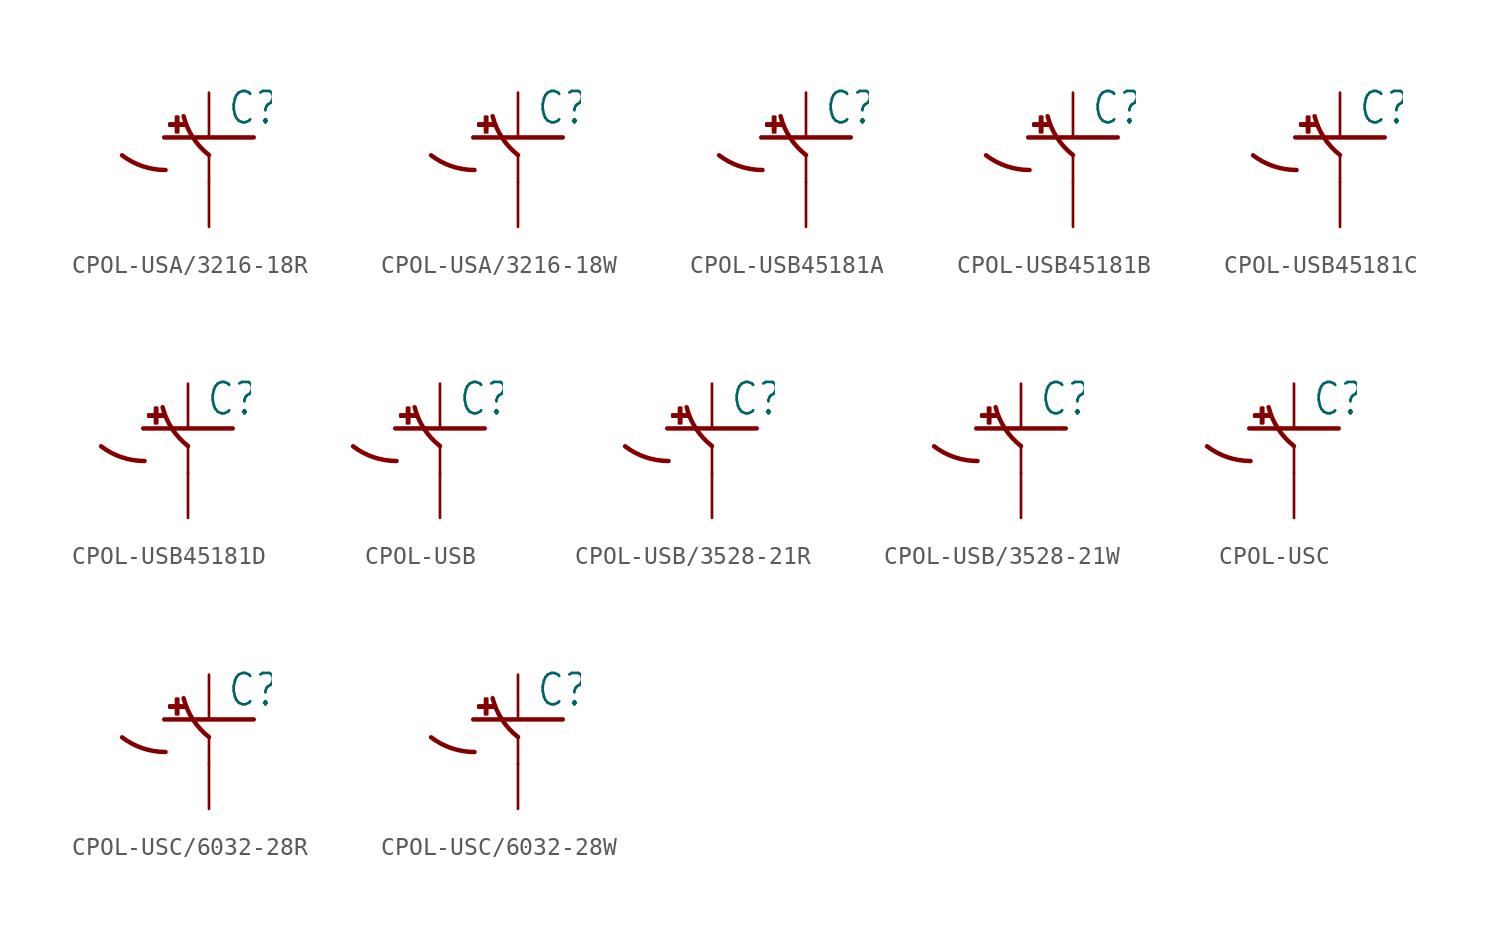
<source format=kicad_sym>
(kicad_symbol_lib
  (version 20241209)
  (generator "kicad_symbol_editor")
  (generator_version "9.0")
  (symbol "CPOL-USA/3216-18R"
    (property "Reference" "C"
      (at 1.016 0.635 0)
      (effects (font (size 1.778 1.511)) (justify left bottom)))
    (property "Value" ""
      (at 1.016 -4.191 0)
      (effects (font (size 1.778 1.511)) (justify left bottom)))
    (property "ki_locked" ""
      (at 0 0 0)
      (effects (font (size 1.27 1.27))))
    (symbol "CPOL-USA/3216-18R_1_0"
      (polyline (pts (xy -2.54 0) (xy 2.54 0)) (stroke (width 0.254) (type solid)) (fill (type none)))
      (arc (start -2.4669 -1.8504) (mid -3.7689 -1.6361) (end -4.9337 -1.0159) (stroke (width 0.254) (type solid)) (fill (type none)))
      (rectangle (start -2.253 0.668) (end -1.364 0.795) (stroke (width 0) (type default)) (fill (type outline)))
      (rectangle (start -1.872 0.287) (end -1.745 1.176) (stroke (width 0) (type default)) (fill (type outline)))
      (polyline (pts (xy 0 -1.016) (xy 0 -2.54)) (stroke (width 0.152) (type solid)) (fill (type none)))
      (arc (start 0 -1) (mid -0.9038 -0.0189) (end -1.4403 1.2025) (stroke (width 0.254) (type solid)) (fill (type none)))
      (pin passive line (at 0 2.54 270) (length 2.54) (name "+" (effects (font (size 0 0)))) (number "+" (effects (font (size 0 0)))))
      (pin passive line (at 0 -5.08 90) (length 2.54) (name "-" (effects (font (size 0 0)))) (number "-" (effects (font (size 0 0)))))))
  (symbol "CPOL-USA/3216-18W"
    (property "Reference" "C"
      (at 1.016 0.635 0)
      (effects (font (size 1.778 1.511)) (justify left bottom)))
    (property "Value" ""
      (at 1.016 -4.191 0)
      (effects (font (size 1.778 1.511)) (justify left bottom)))
    (property "ki_locked" ""
      (at 0 0 0)
      (effects (font (size 1.27 1.27))))
    (symbol "CPOL-USA/3216-18W_1_0"
      (polyline (pts (xy -2.54 0) (xy 2.54 0)) (stroke (width 0.254) (type solid)) (fill (type none)))
      (arc (start -2.4669 -1.8504) (mid -3.7689 -1.6361) (end -4.9337 -1.0159) (stroke (width 0.254) (type solid)) (fill (type none)))
      (rectangle (start -2.253 0.668) (end -1.364 0.795) (stroke (width 0) (type default)) (fill (type outline)))
      (rectangle (start -1.872 0.287) (end -1.745 1.176) (stroke (width 0) (type default)) (fill (type outline)))
      (polyline (pts (xy 0 -1.016) (xy 0 -2.54)) (stroke (width 0.152) (type solid)) (fill (type none)))
      (arc (start 0 -1) (mid -0.9038 -0.0189) (end -1.4403 1.2025) (stroke (width 0.254) (type solid)) (fill (type none)))
      (pin passive line (at 0 2.54 270) (length 2.54) (name "+" (effects (font (size 0 0)))) (number "+" (effects (font (size 0 0)))))
      (pin passive line (at 0 -5.08 90) (length 2.54) (name "-" (effects (font (size 0 0)))) (number "-" (effects (font (size 0 0)))))))
  (symbol "CPOL-USB45181A"
    (property "Reference" "C"
      (at 1.016 0.635 0)
      (effects (font (size 1.778 1.511)) (justify left bottom)))
    (property "Value" ""
      (at 1.016 -4.191 0)
      (effects (font (size 1.778 1.511)) (justify left bottom)))
    (property "ki_locked" ""
      (at 0 0 0)
      (effects (font (size 1.27 1.27))))
    (symbol "CPOL-USB45181A_1_0"
      (polyline (pts (xy -2.54 0) (xy 2.54 0)) (stroke (width 0.254) (type solid)) (fill (type none)))
      (arc (start -2.4669 -1.8504) (mid -3.7689 -1.6361) (end -4.9337 -1.0159) (stroke (width 0.254) (type solid)) (fill (type none)))
      (rectangle (start -2.253 0.668) (end -1.364 0.795) (stroke (width 0) (type default)) (fill (type outline)))
      (rectangle (start -1.872 0.287) (end -1.745 1.176) (stroke (width 0) (type default)) (fill (type outline)))
      (polyline (pts (xy 0 -1.016) (xy 0 -2.54)) (stroke (width 0.152) (type solid)) (fill (type none)))
      (arc (start 0 -1) (mid -0.9038 -0.0189) (end -1.4403 1.2025) (stroke (width 0.254) (type solid)) (fill (type none)))
      (pin passive line (at 0 2.54 270) (length 2.54) (name "+" (effects (font (size 0 0)))) (number "+" (effects (font (size 0 0)))))
      (pin passive line (at 0 -5.08 90) (length 2.54) (name "-" (effects (font (size 0 0)))) (number "-" (effects (font (size 0 0)))))))
  (symbol "CPOL-USB45181B"
    (property "Reference" "C"
      (at 1.016 0.635 0)
      (effects (font (size 1.778 1.511)) (justify left bottom)))
    (property "Value" ""
      (at 1.016 -4.191 0)
      (effects (font (size 1.778 1.511)) (justify left bottom)))
    (property "ki_locked" ""
      (at 0 0 0)
      (effects (font (size 1.27 1.27))))
    (symbol "CPOL-USB45181B_1_0"
      (polyline (pts (xy -2.54 0) (xy 2.54 0)) (stroke (width 0.254) (type solid)) (fill (type none)))
      (arc (start -2.4669 -1.8504) (mid -3.7689 -1.6361) (end -4.9337 -1.0159) (stroke (width 0.254) (type solid)) (fill (type none)))
      (rectangle (start -2.253 0.668) (end -1.364 0.795) (stroke (width 0) (type default)) (fill (type outline)))
      (rectangle (start -1.872 0.287) (end -1.745 1.176) (stroke (width 0) (type default)) (fill (type outline)))
      (polyline (pts (xy 0 -1.016) (xy 0 -2.54)) (stroke (width 0.152) (type solid)) (fill (type none)))
      (arc (start 0 -1) (mid -0.9038 -0.0189) (end -1.4403 1.2025) (stroke (width 0.254) (type solid)) (fill (type none)))
      (pin passive line (at 0 2.54 270) (length 2.54) (name "+" (effects (font (size 0 0)))) (number "+" (effects (font (size 0 0)))))
      (pin passive line (at 0 -5.08 90) (length 2.54) (name "-" (effects (font (size 0 0)))) (number "-" (effects (font (size 0 0)))))))
  (symbol "CPOL-USB45181C"
    (property "Reference" "C"
      (at 1.016 0.635 0)
      (effects (font (size 1.778 1.511)) (justify left bottom)))
    (property "Value" ""
      (at 1.016 -4.191 0)
      (effects (font (size 1.778 1.511)) (justify left bottom)))
    (property "ki_locked" ""
      (at 0 0 0)
      (effects (font (size 1.27 1.27))))
    (symbol "CPOL-USB45181C_1_0"
      (polyline (pts (xy -2.54 0) (xy 2.54 0)) (stroke (width 0.254) (type solid)) (fill (type none)))
      (arc (start -2.4669 -1.8504) (mid -3.7689 -1.6361) (end -4.9337 -1.0159) (stroke (width 0.254) (type solid)) (fill (type none)))
      (rectangle (start -2.253 0.668) (end -1.364 0.795) (stroke (width 0) (type default)) (fill (type outline)))
      (rectangle (start -1.872 0.287) (end -1.745 1.176) (stroke (width 0) (type default)) (fill (type outline)))
      (polyline (pts (xy 0 -1.016) (xy 0 -2.54)) (stroke (width 0.152) (type solid)) (fill (type none)))
      (arc (start 0 -1) (mid -0.9038 -0.0189) (end -1.4403 1.2025) (stroke (width 0.254) (type solid)) (fill (type none)))
      (pin passive line (at 0 2.54 270) (length 2.54) (name "+" (effects (font (size 0 0)))) (number "+" (effects (font (size 0 0)))))
      (pin passive line (at 0 -5.08 90) (length 2.54) (name "-" (effects (font (size 0 0)))) (number "-" (effects (font (size 0 0)))))))
  (symbol "CPOL-USB45181D"
    (property "Reference" "C"
      (at 1.016 0.635 0)
      (effects (font (size 1.778 1.511)) (justify left bottom)))
    (property "Value" ""
      (at 1.016 -4.191 0)
      (effects (font (size 1.778 1.511)) (justify left bottom)))
    (property "ki_locked" ""
      (at 0 0 0)
      (effects (font (size 1.27 1.27))))
    (symbol "CPOL-USB45181D_1_0"
      (polyline (pts (xy -2.54 0) (xy 2.54 0)) (stroke (width 0.254) (type solid)) (fill (type none)))
      (arc (start -2.4669 -1.8504) (mid -3.7689 -1.6361) (end -4.9337 -1.0159) (stroke (width 0.254) (type solid)) (fill (type none)))
      (rectangle (start -2.253 0.668) (end -1.364 0.795) (stroke (width 0) (type default)) (fill (type outline)))
      (rectangle (start -1.872 0.287) (end -1.745 1.176) (stroke (width 0) (type default)) (fill (type outline)))
      (polyline (pts (xy 0 -1.016) (xy 0 -2.54)) (stroke (width 0.152) (type solid)) (fill (type none)))
      (arc (start 0 -1) (mid -0.9038 -0.0189) (end -1.4403 1.2025) (stroke (width 0.254) (type solid)) (fill (type none)))
      (pin passive line (at 0 2.54 270) (length 2.54) (name "+" (effects (font (size 0 0)))) (number "+" (effects (font (size 0 0)))))
      (pin passive line (at 0 -5.08 90) (length 2.54) (name "-" (effects (font (size 0 0)))) (number "-" (effects (font (size 0 0)))))))
  (symbol "CPOL-USB"
    (property "Reference" "C"
      (at 1.016 0.635 0)
      (effects (font (size 1.778 1.511)) (justify left bottom)))
    (property "Value" ""
      (at 1.016 -4.191 0)
      (effects (font (size 1.778 1.511)) (justify left bottom)))
    (property "ki_locked" ""
      (at 0 0 0)
      (effects (font (size 1.27 1.27))))
    (symbol "CPOL-USB_1_0"
      (polyline (pts (xy -2.54 0) (xy 2.54 0)) (stroke (width 0.254) (type solid)) (fill (type none)))
      (arc (start -2.4669 -1.8504) (mid -3.7689 -1.6361) (end -4.9337 -1.0159) (stroke (width 0.254) (type solid)) (fill (type none)))
      (rectangle (start -2.253 0.668) (end -1.364 0.795) (stroke (width 0) (type default)) (fill (type outline)))
      (rectangle (start -1.872 0.287) (end -1.745 1.176) (stroke (width 0) (type default)) (fill (type outline)))
      (polyline (pts (xy 0 -1.016) (xy 0 -2.54)) (stroke (width 0.152) (type solid)) (fill (type none)))
      (arc (start 0 -1) (mid -0.9038 -0.0189) (end -1.4403 1.2025) (stroke (width 0.254) (type solid)) (fill (type none)))
      (pin passive line (at 0 2.54 270) (length 2.54) (name "+" (effects (font (size 0 0)))) (number "+" (effects (font (size 0 0)))))
      (pin passive line (at 0 -5.08 90) (length 2.54) (name "-" (effects (font (size 0 0)))) (number "-" (effects (font (size 0 0)))))))
  (symbol "CPOL-USB/3528-21R"
    (property "Reference" "C"
      (at 1.016 0.635 0)
      (effects (font (size 1.778 1.511)) (justify left bottom)))
    (property "Value" ""
      (at 1.016 -4.191 0)
      (effects (font (size 1.778 1.511)) (justify left bottom)))
    (property "ki_locked" ""
      (at 0 0 0)
      (effects (font (size 1.27 1.27))))
    (symbol "CPOL-USB/3528-21R_1_0"
      (polyline (pts (xy -2.54 0) (xy 2.54 0)) (stroke (width 0.254) (type solid)) (fill (type none)))
      (arc (start -2.4669 -1.8504) (mid -3.7689 -1.6361) (end -4.9337 -1.0159) (stroke (width 0.254) (type solid)) (fill (type none)))
      (rectangle (start -2.253 0.668) (end -1.364 0.795) (stroke (width 0) (type default)) (fill (type outline)))
      (rectangle (start -1.872 0.287) (end -1.745 1.176) (stroke (width 0) (type default)) (fill (type outline)))
      (polyline (pts (xy 0 -1.016) (xy 0 -2.54)) (stroke (width 0.152) (type solid)) (fill (type none)))
      (arc (start 0 -1) (mid -0.9038 -0.0189) (end -1.4403 1.2025) (stroke (width 0.254) (type solid)) (fill (type none)))
      (pin passive line (at 0 2.54 270) (length 2.54) (name "+" (effects (font (size 0 0)))) (number "+" (effects (font (size 0 0)))))
      (pin passive line (at 0 -5.08 90) (length 2.54) (name "-" (effects (font (size 0 0)))) (number "-" (effects (font (size 0 0)))))))
  (symbol "CPOL-USB/3528-21W"
    (property "Reference" "C"
      (at 1.016 0.635 0)
      (effects (font (size 1.778 1.511)) (justify left bottom)))
    (property "Value" ""
      (at 1.016 -4.191 0)
      (effects (font (size 1.778 1.511)) (justify left bottom)))
    (property "ki_locked" ""
      (at 0 0 0)
      (effects (font (size 1.27 1.27))))
    (symbol "CPOL-USB/3528-21W_1_0"
      (polyline (pts (xy -2.54 0) (xy 2.54 0)) (stroke (width 0.254) (type solid)) (fill (type none)))
      (arc (start -2.4669 -1.8504) (mid -3.7689 -1.6361) (end -4.9337 -1.0159) (stroke (width 0.254) (type solid)) (fill (type none)))
      (rectangle (start -2.253 0.668) (end -1.364 0.795) (stroke (width 0) (type default)) (fill (type outline)))
      (rectangle (start -1.872 0.287) (end -1.745 1.176) (stroke (width 0) (type default)) (fill (type outline)))
      (polyline (pts (xy 0 -1.016) (xy 0 -2.54)) (stroke (width 0.152) (type solid)) (fill (type none)))
      (arc (start 0 -1) (mid -0.9038 -0.0189) (end -1.4403 1.2025) (stroke (width 0.254) (type solid)) (fill (type none)))
      (pin passive line (at 0 2.54 270) (length 2.54) (name "+" (effects (font (size 0 0)))) (number "+" (effects (font (size 0 0)))))
      (pin passive line (at 0 -5.08 90) (length 2.54) (name "-" (effects (font (size 0 0)))) (number "-" (effects (font (size 0 0)))))))
  (symbol "CPOL-USC"
    (property "Reference" "C"
      (at 1.016 0.635 0)
      (effects (font (size 1.778 1.511)) (justify left bottom)))
    (property "Value" ""
      (at 1.016 -4.191 0)
      (effects (font (size 1.778 1.511)) (justify left bottom)))
    (property "ki_locked" ""
      (at 0 0 0)
      (effects (font (size 1.27 1.27))))
    (symbol "CPOL-USC_1_0"
      (polyline (pts (xy -2.54 0) (xy 2.54 0)) (stroke (width 0.254) (type solid)) (fill (type none)))
      (arc (start -2.4669 -1.8504) (mid -3.7689 -1.6361) (end -4.9337 -1.0159) (stroke (width 0.254) (type solid)) (fill (type none)))
      (rectangle (start -2.253 0.668) (end -1.364 0.795) (stroke (width 0) (type default)) (fill (type outline)))
      (rectangle (start -1.872 0.287) (end -1.745 1.176) (stroke (width 0) (type default)) (fill (type outline)))
      (polyline (pts (xy 0 -1.016) (xy 0 -2.54)) (stroke (width 0.152) (type solid)) (fill (type none)))
      (arc (start 0 -1) (mid -0.9038 -0.0189) (end -1.4403 1.2025) (stroke (width 0.254) (type solid)) (fill (type none)))
      (pin passive line (at 0 2.54 270) (length 2.54) (name "+" (effects (font (size 0 0)))) (number "+" (effects (font (size 0 0)))))
      (pin passive line (at 0 -5.08 90) (length 2.54) (name "-" (effects (font (size 0 0)))) (number "-" (effects (font (size 0 0)))))))
  (symbol "CPOL-USC/6032-28R"
    (property "Reference" "C"
      (at 1.016 0.635 0)
      (effects (font (size 1.778 1.511)) (justify left bottom)))
    (property "Value" ""
      (at 1.016 -4.191 0)
      (effects (font (size 1.778 1.511)) (justify left bottom)))
    (property "ki_locked" ""
      (at 0 0 0)
      (effects (font (size 1.27 1.27))))
    (symbol "CPOL-USC/6032-28R_1_0"
      (polyline (pts (xy -2.54 0) (xy 2.54 0)) (stroke (width 0.254) (type solid)) (fill (type none)))
      (arc (start -2.4669 -1.8504) (mid -3.7689 -1.6361) (end -4.9337 -1.0159) (stroke (width 0.254) (type solid)) (fill (type none)))
      (rectangle (start -2.253 0.668) (end -1.364 0.795) (stroke (width 0) (type default)) (fill (type outline)))
      (rectangle (start -1.872 0.287) (end -1.745 1.176) (stroke (width 0) (type default)) (fill (type outline)))
      (polyline (pts (xy 0 -1.016) (xy 0 -2.54)) (stroke (width 0.152) (type solid)) (fill (type none)))
      (arc (start 0 -1) (mid -0.9038 -0.0189) (end -1.4403 1.2025) (stroke (width 0.254) (type solid)) (fill (type none)))
      (pin passive line (at 0 2.54 270) (length 2.54) (name "+" (effects (font (size 0 0)))) (number "+" (effects (font (size 0 0)))))
      (pin passive line (at 0 -5.08 90) (length 2.54) (name "-" (effects (font (size 0 0)))) (number "-" (effects (font (size 0 0)))))))
  (symbol "CPOL-USC/6032-28W"
    (property "Reference" "C"
      (at 1.016 0.635 0)
      (effects (font (size 1.778 1.511)) (justify left bottom)))
    (property "Value" ""
      (at 1.016 -4.191 0)
      (effects (font (size 1.778 1.511)) (justify left bottom)))
    (property "ki_locked" ""
      (at 0 0 0)
      (effects (font (size 1.27 1.27))))
    (symbol "CPOL-USC/6032-28W_1_0"
      (polyline (pts (xy -2.54 0) (xy 2.54 0)) (stroke (width 0.254) (type solid)) (fill (type none)))
      (arc (start -2.4669 -1.8504) (mid -3.7689 -1.6361) (end -4.9337 -1.0159) (stroke (width 0.254) (type solid)) (fill (type none)))
      (rectangle (start -2.253 0.668) (end -1.364 0.795) (stroke (width 0) (type default)) (fill (type outline)))
      (rectangle (start -1.872 0.287) (end -1.745 1.176) (stroke (width 0) (type default)) (fill (type outline)))
      (polyline (pts (xy 0 -1.016) (xy 0 -2.54)) (stroke (width 0.152) (type solid)) (fill (type none)))
      (arc (start 0 -1) (mid -0.9038 -0.0189) (end -1.4403 1.2025) (stroke (width 0.254) (type solid)) (fill (type none)))
      (pin passive line (at 0 2.54 270) (length 2.54) (name "+" (effects (font (size 0 0)))) (number "+" (effects (font (size 0 0)))))
      (pin passive line (at 0 -5.08 90) (length 2.54) (name "-" (effects (font (size 0 0)))) (number "-" (effects (font (size 0 0))))))))
</source>
